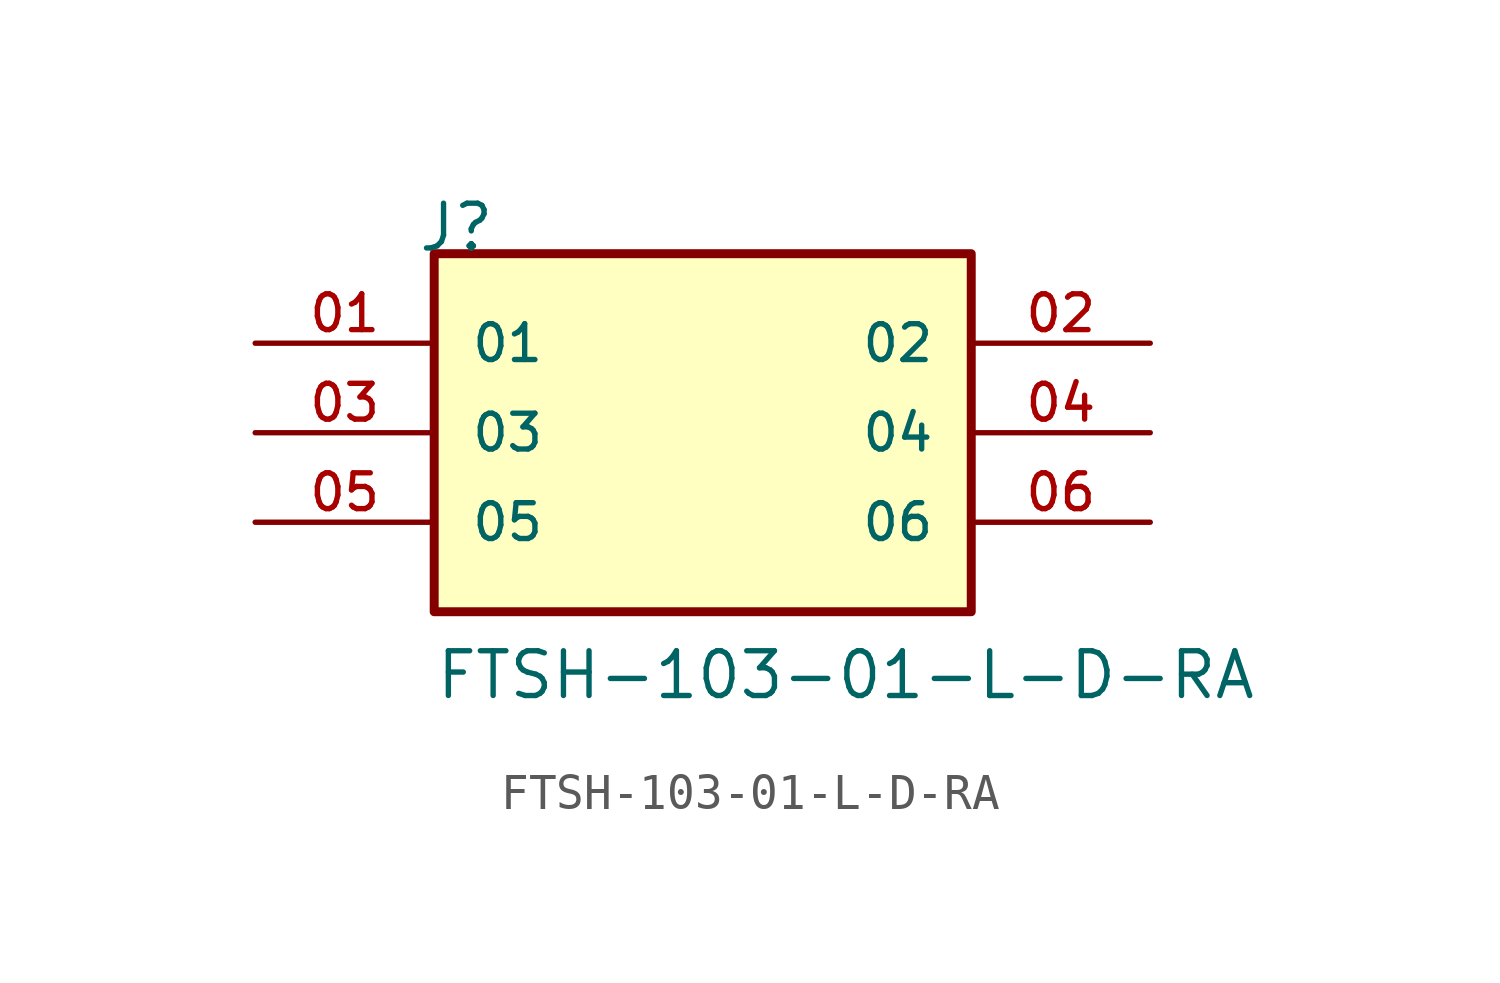
<source format=kicad_sym>
(kicad_symbol_lib
  (version 20211014)
  (generator kicad_symbol_editor)
  (symbol "FTSH-103-01-L-D-RA"
    (pin_names
      (offset 1.016))
    (property "Reference" "J"
      (at -8.12 5.08 0)
      (effects (font (size 1.27 1.27)) (justify bottom left)))
    (property "Value" "FTSH-103-01-L-D-RA"
      (at -7.62 -7.62 0)
      (effects (font (size 1.27 1.27)) (justify bottom left)))
    (symbol "FTSH-103-01-L-D-RA_0_0"
      (rectangle (start -7.62 -5.08) (end 7.62 5.08) (stroke (width 0.254)) (fill (type background)))
      (pin passive line (at -12.7 2.54 0) (length 5.08) (name "01" (effects (font (size 1.016 1.016)))) (number "01" (effects (font (size 1.016 1.016)))))
      (pin passive line (at 12.7 2.54 180.0) (length 5.08) (name "02" (effects (font (size 1.016 1.016)))) (number "02" (effects (font (size 1.016 1.016)))))
      (pin passive line (at -12.7 0.0 0) (length 5.08) (name "03" (effects (font (size 1.016 1.016)))) (number "03" (effects (font (size 1.016 1.016)))))
      (pin passive line (at 12.7 0.0 180.0) (length 5.08) (name "04" (effects (font (size 1.016 1.016)))) (number "04" (effects (font (size 1.016 1.016)))))
      (pin passive line (at -12.7 -2.54 0) (length 5.08) (name "05" (effects (font (size 1.016 1.016)))) (number "05" (effects (font (size 1.016 1.016)))))
      (pin passive line (at 12.7 -2.54 180.0) (length 5.08) (name "06" (effects (font (size 1.016 1.016)))) (number "06" (effects (font (size 1.016 1.016))))))))
</source>
